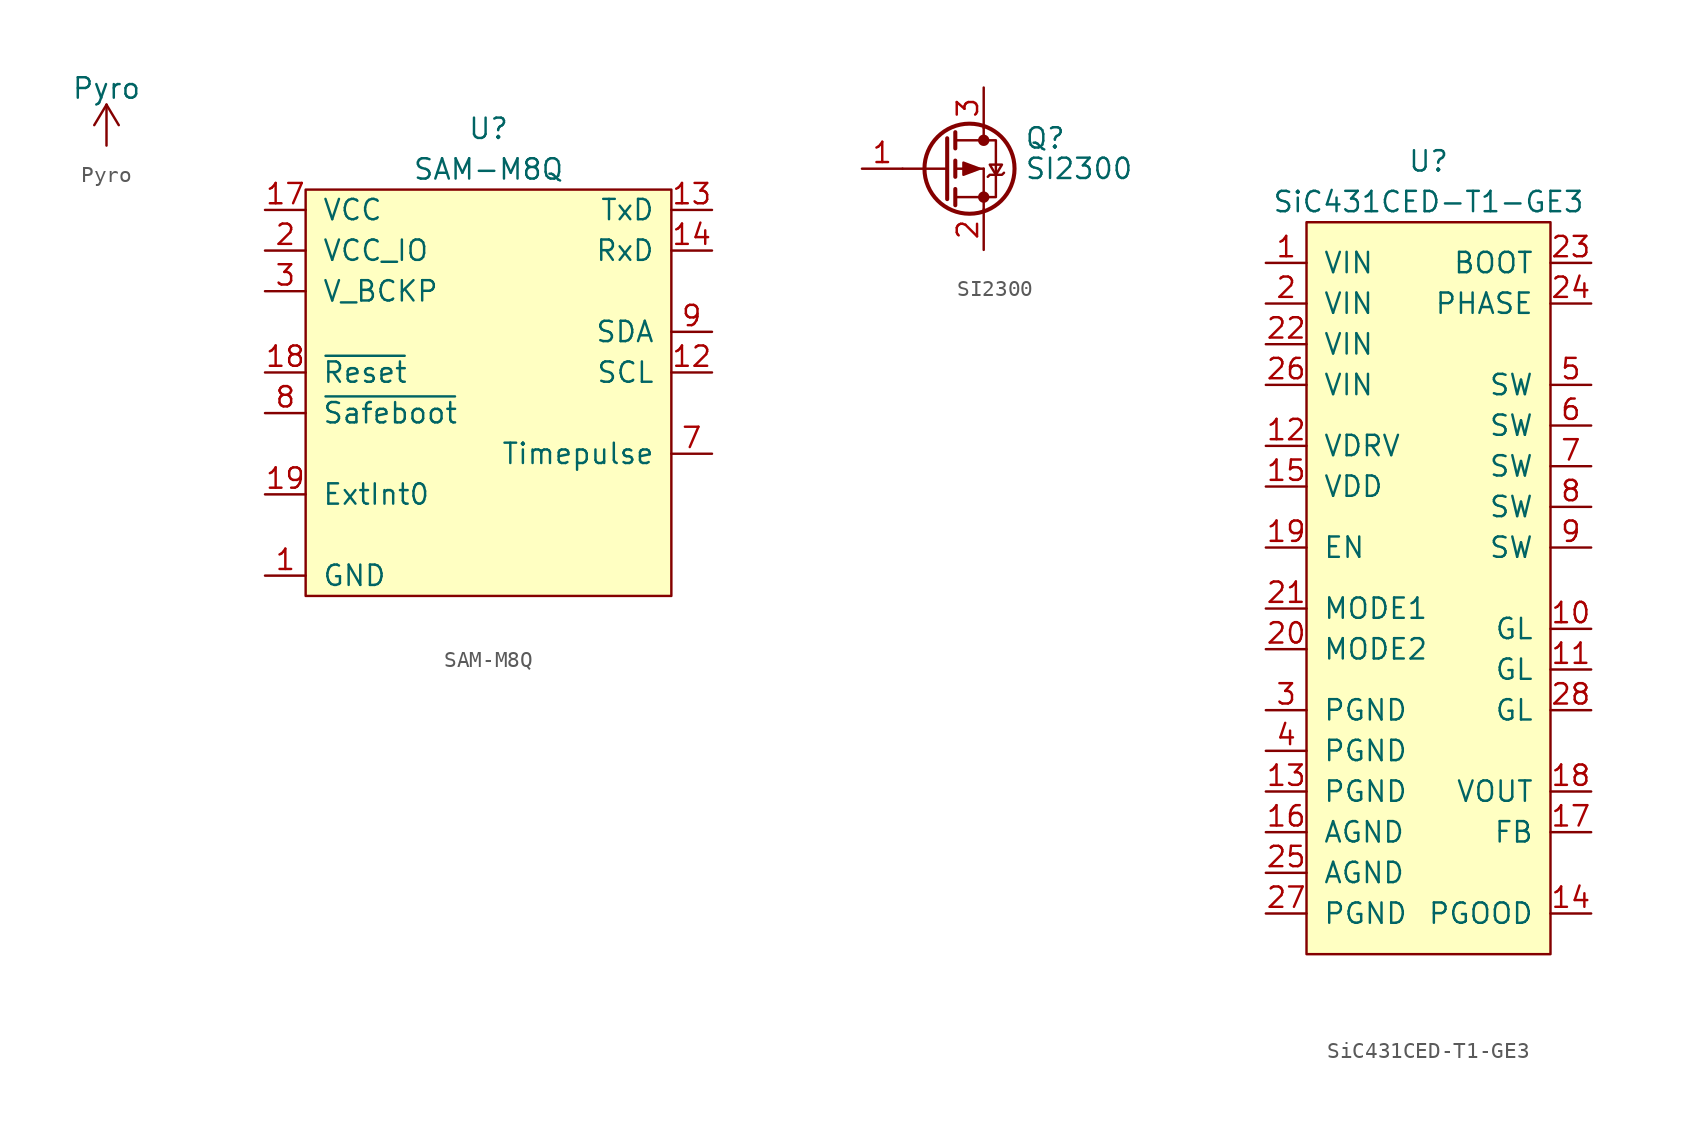
<source format=kicad_sym>
(kicad_symbol_lib
  (version 20211014)
  (generator kicad_symbol_editor)
  (symbol "Pyro"
    (power)
    (pin_names
      (offset 0))
    (property "Reference" "#PWR"
      (at 0 -3.81 0)
      (effects (font (size 1.27 1.27)) hide))
    (property "Value" "Pyro"
      (at 0 3.556 0)
      (effects (font (size 1.27 1.27))))
    (symbol "Pyro_0_1"
      (polyline (pts (xy -0.762 1.27) (xy 0 2.54)) (stroke (width 0) (type default) (color 0 0 0 0)) (fill (type none)))
      (polyline (pts (xy 0 0) (xy 0 2.54)) (stroke (width 0) (type default) (color 0 0 0 0)) (fill (type none)))
      (polyline (pts (xy 0 2.54) (xy 0.762 1.27)) (stroke (width 0) (type default) (color 0 0 0 0)) (fill (type none))))
    (symbol "Pyro_1_1"
      (pin power_in line (at 0 0 90) (length 0) hide (name "PYRO" (effects (font (size 1.27 1.27)))) (number "1" (effects (font (size 1.27 1.27)))))))
  (symbol "SAM-M8Q"
    (pin_names
      (offset 1.016))
    (property "Reference" "U"
      (at 0 16.51 0)
      (effects (font (size 1.27 1.27))))
    (property "Value" "SAM-M8Q"
      (at 0 13.97 0)
      (effects (font (size 1.27 1.27))))
    (symbol "SAM-M8Q_0_1"
      (rectangle (start -11.43 12.7) (end 11.43 -12.7) (stroke (width 0) (type default) (color 0 0 0 0)) (fill (type background))))
    (symbol "SAM-M8Q_1_1"
      (pin power_in line (at -13.97 -11.43 0) (length 2.54) (name "GND" (effects (font (size 1.27 1.27)))) (number "1" (effects (font (size 1.27 1.27)))))
      (pin power_in line (at -13.97 -11.43 0) (length 2.54) hide (name "GND" (effects (font (size 1.27 1.27)))) (number "10" (effects (font (size 1.27 1.27)))))
      (pin power_in line (at -13.97 -11.43 0) (length 2.54) hide (name "GND" (effects (font (size 1.27 1.27)))) (number "11" (effects (font (size 1.27 1.27)))))
      (pin input line (at 13.97 1.27 180) (length 2.54) (name "SCL" (effects (font (size 1.27 1.27)))) (number "12" (effects (font (size 1.27 1.27)))))
      (pin output line (at 13.97 11.43 180) (length 2.54) (name "TxD" (effects (font (size 1.27 1.27)))) (number "13" (effects (font (size 1.27 1.27)))))
      (pin input line (at 13.97 8.89 180) (length 2.54) (name "RxD" (effects (font (size 1.27 1.27)))) (number "14" (effects (font (size 1.27 1.27)))))
      (pin power_in line (at -13.97 -11.43 0) (length 2.54) hide (name "GND" (effects (font (size 1.27 1.27)))) (number "15" (effects (font (size 1.27 1.27)))))
      (pin power_in line (at -13.97 -11.43 0) (length 2.54) hide (name "GND" (effects (font (size 1.27 1.27)))) (number "16" (effects (font (size 1.27 1.27)))))
      (pin power_in line (at -13.97 11.43 0) (length 2.54) (name "VCC" (effects (font (size 1.27 1.27)))) (number "17" (effects (font (size 1.27 1.27)))))
      (pin input line (at -13.97 1.27 0) (length 2.54) (name "~{Reset}" (effects (font (size 1.27 1.27)))) (number "18" (effects (font (size 1.27 1.27)))))
      (pin input line (at -13.97 -6.35 0) (length 2.54) (name "ExtInt0" (effects (font (size 1.27 1.27)))) (number "19" (effects (font (size 1.27 1.27)))))
      (pin power_in line (at -13.97 8.89 0) (length 2.54) (name "VCC_IO" (effects (font (size 1.27 1.27)))) (number "2" (effects (font (size 1.27 1.27)))))
      (pin power_in line (at -13.97 -11.43 0) (length 2.54) hide (name "GND" (effects (font (size 1.27 1.27)))) (number "20" (effects (font (size 1.27 1.27)))))
      (pin power_in line (at -13.97 6.35 0) (length 2.54) (name "V_BCKP" (effects (font (size 1.27 1.27)))) (number "3" (effects (font (size 1.27 1.27)))))
      (pin power_in line (at -13.97 -11.43 0) (length 2.54) hide (name "GND" (effects (font (size 1.27 1.27)))) (number "4" (effects (font (size 1.27 1.27)))))
      (pin power_in line (at -13.97 -11.43 0) (length 2.54) hide (name "GND" (effects (font (size 1.27 1.27)))) (number "5" (effects (font (size 1.27 1.27)))))
      (pin power_in line (at -13.97 -11.43 0) (length 2.54) hide (name "GND" (effects (font (size 1.27 1.27)))) (number "6" (effects (font (size 1.27 1.27)))))
      (pin output line (at 13.97 -3.81 180) (length 2.54) (name "Timepulse" (effects (font (size 1.27 1.27)))) (number "7" (effects (font (size 1.27 1.27)))))
      (pin input line (at -13.97 -1.27 0) (length 2.54) (name "~{Safeboot}" (effects (font (size 1.27 1.27)))) (number "8" (effects (font (size 1.27 1.27)))))
      (pin bidirectional line (at 13.97 3.81 180) (length 2.54) (name "SDA" (effects (font (size 1.27 1.27)))) (number "9" (effects (font (size 1.27 1.27)))))))
  (symbol "SI2300"
    (pin_names
      (offset 0) hide)
    (property "Reference" "Q"
      (at 5.08 1.905 0)
      (effects (font (size 1.27 1.27)) (justify left)))
    (property "Value" "SI2300"
      (at 5.08 0 0)
      (effects (font (size 1.27 1.27)) (justify left)))
    (symbol "SI2300_0_1"
      (polyline (pts (xy -2.54 0) (xy 0.254 0)) (stroke (width 0) (type default) (color 0 0 0 0)) (fill (type none)))
      (polyline (pts (xy 0.762 -1.778) (xy 2.54 -1.778)) (stroke (width 0) (type default) (color 0 0 0 0)) (fill (type none)))
      (polyline (pts (xy 0.762 -1.27) (xy 0.762 -2.286)) (stroke (width 0.254) (type default) (color 0 0 0 0)) (fill (type none)))
      (polyline (pts (xy 0.762 0) (xy 2.54 0)) (stroke (width 0) (type default) (color 0 0 0 0)) (fill (type none)))
      (polyline (pts (xy 0.762 0.508) (xy 0.762 -0.508)) (stroke (width 0.254) (type default) (color 0 0 0 0)) (fill (type none)))
      (polyline (pts (xy 0.762 1.778) (xy 2.54 1.778)) (stroke (width 0) (type default) (color 0 0 0 0)) (fill (type none)))
      (polyline (pts (xy 0.762 2.286) (xy 0.762 1.27)) (stroke (width 0.254) (type default) (color 0 0 0 0)) (fill (type none)))
      (polyline (pts (xy 2.54 -1.778) (xy 2.54 -2.54)) (stroke (width 0) (type default) (color 0 0 0 0)) (fill (type none)))
      (polyline (pts (xy 2.54 -1.778) (xy 2.54 0)) (stroke (width 0) (type default) (color 0 0 0 0)) (fill (type none)))
      (polyline (pts (xy 2.54 2.54) (xy 2.54 1.778)) (stroke (width 0) (type default) (color 0 0 0 0)) (fill (type none)))
      (polyline (pts (xy 0.254 1.905) (xy 0.254 -1.905) (xy 0.254 -1.905)) (stroke (width 0.254) (type default) (color 0 0 0 0)) (fill (type none)))
      (polyline (pts (xy 2.286 0) (xy 1.27 -0.381) (xy 1.27 0.381) (xy 2.286 0)) (stroke (width 0) (type default) (color 0 0 0 0)) (fill (type outline)))
      (polyline (pts (xy 2.54 -1.778) (xy 3.302 -1.778) (xy 3.302 1.778) (xy 2.54 1.778)) (stroke (width 0) (type default) (color 0 0 0 0)) (fill (type none)))
      (polyline (pts (xy 2.794 -0.508) (xy 2.921 -0.381) (xy 3.683 -0.381) (xy 3.81 -0.254)) (stroke (width 0) (type default) (color 0 0 0 0)) (fill (type none)))
      (polyline (pts (xy 3.302 -0.381) (xy 2.921 0.254) (xy 3.683 0.254) (xy 3.302 -0.381)) (stroke (width 0) (type default) (color 0 0 0 0)) (fill (type none)))
      (circle (center 1.651 0) (radius 2.819) (stroke (width 0.254) (type default) (color 0 0 0 0)) (fill (type none)))
      (circle (center 2.54 -1.778) (radius 0.279) (stroke (width 0) (type default) (color 0 0 0 0)) (fill (type outline)))
      (circle (center 2.54 1.778) (radius 0.279) (stroke (width 0) (type default) (color 0 0 0 0)) (fill (type outline))))
    (symbol "SI2300_1_1"
      (pin input line (at -5.08 0 0) (length 2.54) (name "G" (effects (font (size 1.27 1.27)))) (number "1" (effects (font (size 1.27 1.27)))))
      (pin passive line (at 2.54 -5.08 90) (length 2.54) (name "S" (effects (font (size 1.27 1.27)))) (number "2" (effects (font (size 1.27 1.27)))))
      (pin passive line (at 2.54 5.08 270) (length 2.54) (name "D" (effects (font (size 1.27 1.27)))) (number "3" (effects (font (size 1.27 1.27)))))))
  (symbol "SiC431CED-T1-GE3"
    (pin_names
      (offset 1.016))
    (property "Reference" "U"
      (at 0 26.67 0)
      (effects (font (size 1.27 1.27))))
    (property "Value" "SiC431CED-T1-GE3"
      (at 0 24.13 0)
      (effects (font (size 1.27 1.27))))
    (symbol "SiC431CED-T1-GE3_0_1"
      (rectangle (start -7.62 22.86) (end 7.62 -22.86) (stroke (width 0) (type default) (color 0 0 0 0)) (fill (type background))))
    (symbol "SiC431CED-T1-GE3_1_1"
      (pin power_in line (at -10.16 20.32 0) (length 2.54) (name "VIN" (effects (font (size 1.27 1.27)))) (number "1" (effects (font (size 1.27 1.27)))))
      (pin output line (at 10.16 -2.54 180) (length 2.54) (name "GL" (effects (font (size 1.27 1.27)))) (number "10" (effects (font (size 1.27 1.27)))))
      (pin output line (at 10.16 -5.08 180) (length 2.54) (name "GL" (effects (font (size 1.27 1.27)))) (number "11" (effects (font (size 1.27 1.27)))))
      (pin output line (at -10.16 8.89 0) (length 2.54) (name "VDRV" (effects (font (size 1.27 1.27)))) (number "12" (effects (font (size 1.27 1.27)))))
      (pin power_in line (at -10.16 -12.7 0) (length 2.54) (name "PGND" (effects (font (size 1.27 1.27)))) (number "13" (effects (font (size 1.27 1.27)))))
      (pin open_collector line (at 10.16 -20.32 180) (length 2.54) (name "PGOOD" (effects (font (size 1.27 1.27)))) (number "14" (effects (font (size 1.27 1.27)))))
      (pin output line (at -10.16 6.35 0) (length 2.54) (name "VDD" (effects (font (size 1.27 1.27)))) (number "15" (effects (font (size 1.27 1.27)))))
      (pin power_in line (at -10.16 -15.24 0) (length 2.54) (name "AGND" (effects (font (size 1.27 1.27)))) (number "16" (effects (font (size 1.27 1.27)))))
      (pin input line (at 10.16 -15.24 180) (length 2.54) (name "FB" (effects (font (size 1.27 1.27)))) (number "17" (effects (font (size 1.27 1.27)))))
      (pin input line (at 10.16 -12.7 180) (length 2.54) (name "VOUT" (effects (font (size 1.27 1.27)))) (number "18" (effects (font (size 1.27 1.27)))))
      (pin input line (at -10.16 2.54 0) (length 2.54) (name "EN" (effects (font (size 1.27 1.27)))) (number "19" (effects (font (size 1.27 1.27)))))
      (pin power_in line (at -10.16 17.78 0) (length 2.54) (name "VIN" (effects (font (size 1.27 1.27)))) (number "2" (effects (font (size 1.27 1.27)))))
      (pin input line (at -10.16 -3.81 0) (length 2.54) (name "MODE2" (effects (font (size 1.27 1.27)))) (number "20" (effects (font (size 1.27 1.27)))))
      (pin input line (at -10.16 -1.27 0) (length 2.54) (name "MODE1" (effects (font (size 1.27 1.27)))) (number "21" (effects (font (size 1.27 1.27)))))
      (pin power_in line (at -10.16 15.24 0) (length 2.54) (name "VIN" (effects (font (size 1.27 1.27)))) (number "22" (effects (font (size 1.27 1.27)))))
      (pin input line (at 10.16 20.32 180) (length 2.54) (name "BOOT" (effects (font (size 1.27 1.27)))) (number "23" (effects (font (size 1.27 1.27)))))
      (pin input line (at 10.16 17.78 180) (length 2.54) (name "PHASE" (effects (font (size 1.27 1.27)))) (number "24" (effects (font (size 1.27 1.27)))))
      (pin power_in line (at -10.16 -17.78 0) (length 2.54) (name "AGND" (effects (font (size 1.27 1.27)))) (number "25" (effects (font (size 1.27 1.27)))))
      (pin power_in line (at -10.16 12.7 0) (length 2.54) (name "VIN" (effects (font (size 1.27 1.27)))) (number "26" (effects (font (size 1.27 1.27)))))
      (pin power_in line (at -10.16 -20.32 0) (length 2.54) (name "PGND" (effects (font (size 1.27 1.27)))) (number "27" (effects (font (size 1.27 1.27)))))
      (pin output line (at 10.16 -7.62 180) (length 2.54) (name "GL" (effects (font (size 1.27 1.27)))) (number "28" (effects (font (size 1.27 1.27)))))
      (pin power_in line (at -10.16 -7.62 0) (length 2.54) (name "PGND" (effects (font (size 1.27 1.27)))) (number "3" (effects (font (size 1.27 1.27)))))
      (pin power_in line (at -10.16 -10.16 0) (length 2.54) (name "PGND" (effects (font (size 1.27 1.27)))) (number "4" (effects (font (size 1.27 1.27)))))
      (pin output line (at 10.16 12.7 180) (length 2.54) (name "SW" (effects (font (size 1.27 1.27)))) (number "5" (effects (font (size 1.27 1.27)))))
      (pin output line (at 10.16 10.16 180) (length 2.54) (name "SW" (effects (font (size 1.27 1.27)))) (number "6" (effects (font (size 1.27 1.27)))))
      (pin output line (at 10.16 7.62 180) (length 2.54) (name "SW" (effects (font (size 1.27 1.27)))) (number "7" (effects (font (size 1.27 1.27)))))
      (pin output line (at 10.16 5.08 180) (length 2.54) (name "SW" (effects (font (size 1.27 1.27)))) (number "8" (effects (font (size 1.27 1.27)))))
      (pin output line (at 10.16 2.54 180) (length 2.54) (name "SW" (effects (font (size 1.27 1.27)))) (number "9" (effects (font (size 1.27 1.27))))))))
</source>
